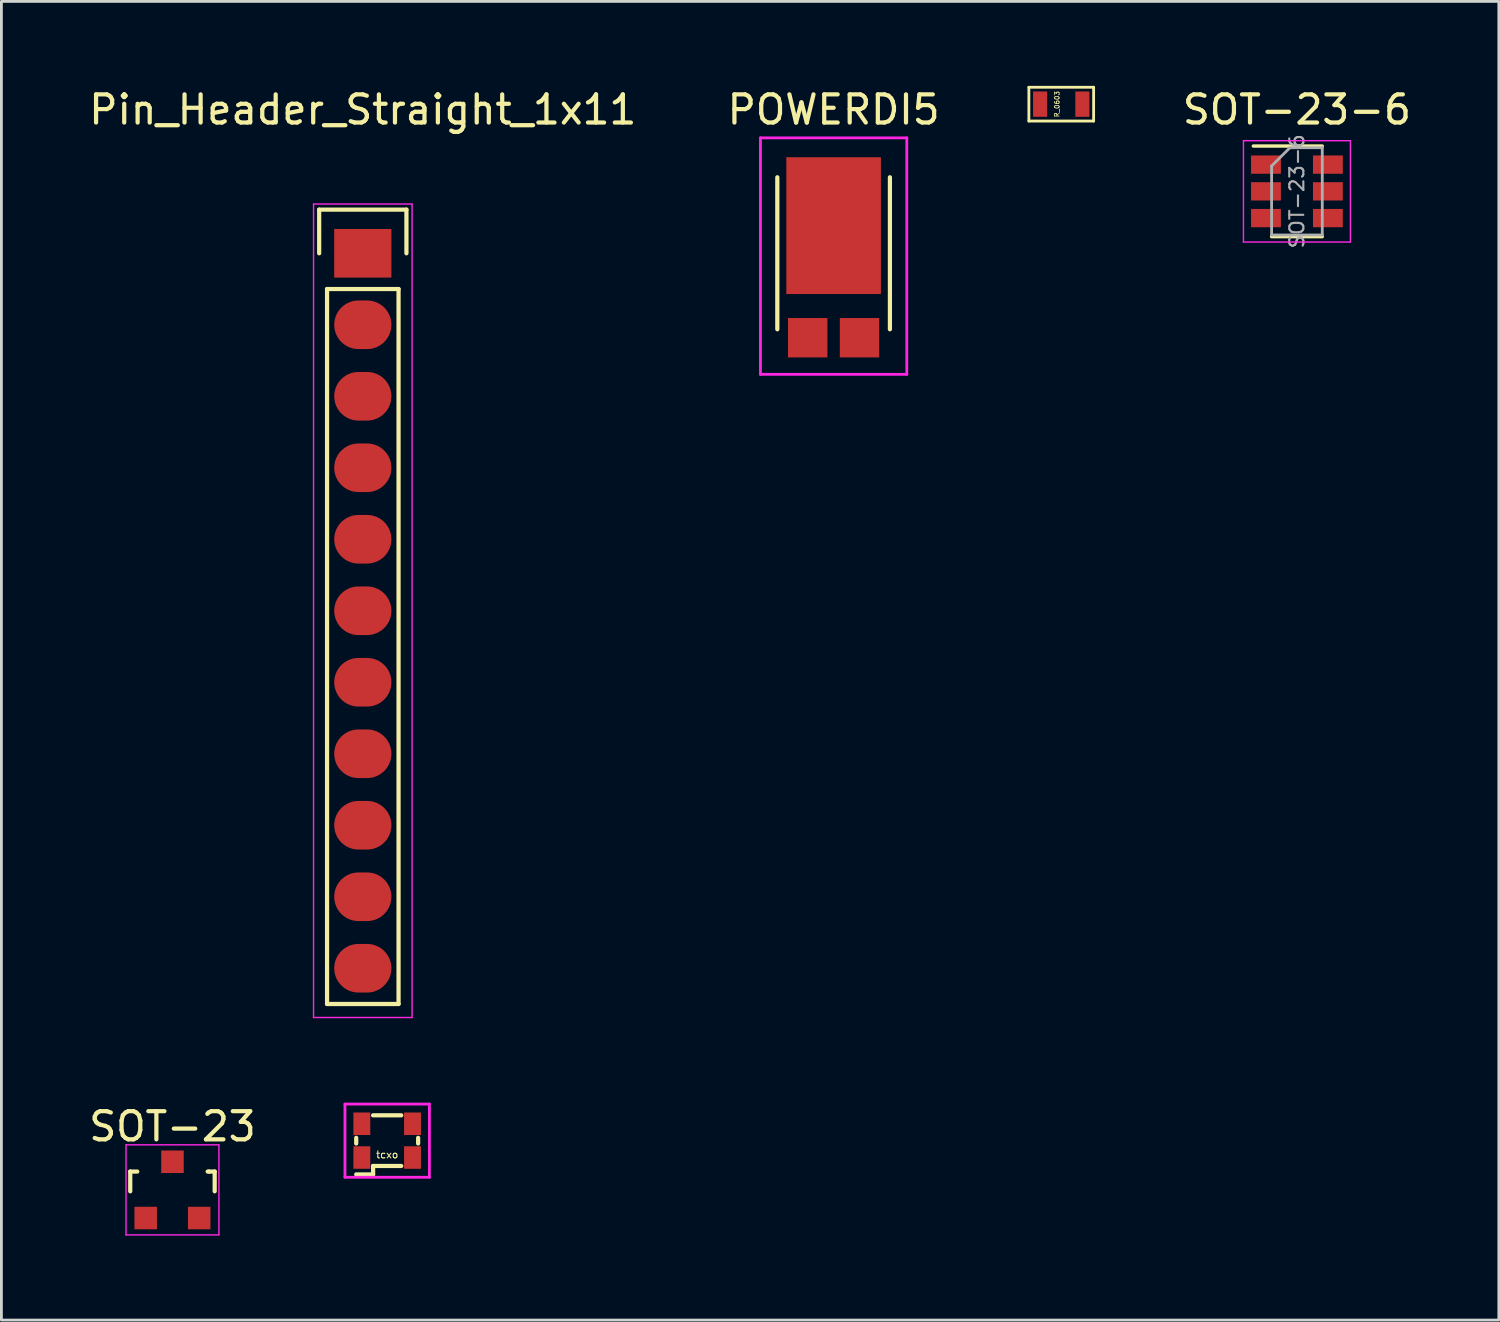
<source format=kicad_pcb>
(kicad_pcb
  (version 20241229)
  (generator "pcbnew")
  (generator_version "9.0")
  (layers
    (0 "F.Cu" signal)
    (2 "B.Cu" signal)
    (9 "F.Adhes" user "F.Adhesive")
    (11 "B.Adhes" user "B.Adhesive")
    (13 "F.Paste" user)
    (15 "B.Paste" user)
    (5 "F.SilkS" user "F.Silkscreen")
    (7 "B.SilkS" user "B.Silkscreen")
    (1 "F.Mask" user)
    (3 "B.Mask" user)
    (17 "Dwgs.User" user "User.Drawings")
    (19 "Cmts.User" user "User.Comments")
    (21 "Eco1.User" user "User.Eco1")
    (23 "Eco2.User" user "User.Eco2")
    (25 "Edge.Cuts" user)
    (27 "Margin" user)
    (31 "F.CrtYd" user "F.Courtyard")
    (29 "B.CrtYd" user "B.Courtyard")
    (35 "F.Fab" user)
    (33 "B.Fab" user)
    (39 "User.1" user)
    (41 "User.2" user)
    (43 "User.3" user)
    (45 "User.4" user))
  (footprint "POWERDI5"
    (layer "F.Cu")
    (at 26.565 8.248)
    (property "Reference" "POWERDI5" (at 0 -7.4 0) (layer "F.SilkS") (effects (font (size 1 1) (thickness 0.15))))
    (attr through_hole)
    (fp_line (start -2 0.4) (end -2 -5) (stroke (width 0.15) (type solid)) (layer "F.SilkS"))
    (fp_line (start 2 -5) (end 2 0.4) (stroke (width 0.15) (type solid)) (layer "F.SilkS"))
    (fp_line (start -2.6 -6.4) (end 2.6 -6.4) (stroke (width 0.1) (type solid)) (layer "F.CrtYd"))
    (fp_line (start -2.6 2) (end -2.6 -6.4) (stroke (width 0.1) (type solid)) (layer "F.CrtYd"))
    (fp_line (start 2.6 -6.4) (end 2.6 2) (stroke (width 0.1) (type solid)) (layer "F.CrtYd"))
    (fp_line (start 2.6 2) (end -2.6 2) (stroke (width 0.1) (type solid)) (layer "F.CrtYd"))
    (pad "1" smd rect (at 0 -3.282) (size 3.36 4.86) (layers "F.Cu" "F.Mask" "F.Paste"))
    (pad "2" smd rect (at -0.92 0.7) (size 1.4 1.4) (layers "F.Cu" "F.Mask" "F.Paste"))
    (pad "2" smd rect (at 0.92 0.7) (size 1.4 1.4) (layers "F.Cu" "F.Mask" "F.Paste")))
  (footprint "SOT-23"
    (layer "F.Cu")
    (at 3.077 39.221)
    (property "Reference" "SOT-23" (at 0 -2.25 0) (layer "F.SilkS") (effects (font (size 1 1) (thickness 0.15))))
    (attr smd)
    (fp_line (start -1.5 -0.65) (end -1.251 -0.65) (stroke (width 0.15) (type solid)) (layer "F.SilkS"))
    (fp_line (start -1.5 0.051) (end -1.5 -0.65) (stroke (width 0.15) (type solid)) (layer "F.SilkS"))
    (fp_line (start 1.299 -0.65) (end 1.251 -0.65) (stroke (width 0.15) (type solid)) (layer "F.SilkS"))
    (fp_line (start 1.299 -0.65) (end 1.5 -0.65) (stroke (width 0.15) (type solid)) (layer "F.SilkS"))
    (fp_line (start 1.5 -0.65) (end 1.5 0.051) (stroke (width 0.15) (type solid)) (layer "F.SilkS"))
    (fp_line (start -1.65 -1.6) (end 1.65 -1.6) (stroke (width 0.05) (type solid)) (layer "F.CrtYd"))
    (fp_line (start -1.65 1.6) (end -1.65 -1.6) (stroke (width 0.05) (type solid)) (layer "F.CrtYd"))
    (fp_line (start 1.65 -1.6) (end 1.65 1.6) (stroke (width 0.05) (type solid)) (layer "F.CrtYd"))
    (fp_line (start 1.65 1.6) (end -1.65 1.6) (stroke (width 0.05) (type solid)) (layer "F.CrtYd"))
    (pad "1" smd rect (at -0.95 1.001) (size 0.8 0.8) (layers "F.Cu" "F.Mask" "F.Paste"))
    (pad "2" smd rect (at 0 -0.998) (size 0.8 0.8) (layers "F.Cu" "F.Mask" "F.Paste"))
    (pad "3" smd rect (at 0.95 1.001) (size 0.8 0.8) (layers "F.Cu" "F.Mask" "F.Paste")))
  (footprint "R_0603"
    (layer "F.Cu")
    (at 34.652 0.65)
    (property "Reference" "R_0603" (at -0.15 0 90) (layer "F.SilkS") (effects (font (size 0.166 0.166) (thickness 0.025))))
    (attr smd)
    (fp_line (start -1.15 -0.6) (end 1.15 -0.6) (stroke (width 0.1) (type solid)) (layer "F.SilkS"))
    (fp_line (start -1.15 0.6) (end -1.15 -0.6) (stroke (width 0.1) (type solid)) (layer "F.SilkS"))
    (fp_line (start 1.15 -0.6) (end 1.15 0.6) (stroke (width 0.1) (type solid)) (layer "F.SilkS"))
    (fp_line (start 1.15 0.6) (end -1.15 0.6) (stroke (width 0.1) (type solid)) (layer "F.SilkS"))
    (pad "1" smd rect (at -0.75 0) (size 0.5 0.9) (layers "F.Cu" "F.Mask" "F.Paste"))
    (pad "2" smd rect (at 0.75 0) (size 0.5 0.9) (layers "F.Cu" "F.Mask" "F.Paste")))
  (footprint "Pin_Header_Straight_1x11"
    (layer "F.Cu")
    (at 9.839 5.948)
    (property "Reference" "Pin_Header_Straight_1x11" (at 0 -5.1 0) (layer "F.SilkS") (effects (font (size 1 1) (thickness 0.15))))
    (attr through_hole)
    (fp_line (start -1.55 -1.55) (end 1.55 -1.55) (stroke (width 0.15) (type solid)) (layer "F.SilkS"))
    (fp_line (start -1.55 0) (end -1.55 -1.55) (stroke (width 0.15) (type solid)) (layer "F.SilkS"))
    (fp_line (start -1.27 26.67) (end -1.27 1.27) (stroke (width 0.15) (type solid)) (layer "F.SilkS"))
    (fp_line (start 1.27 1.27) (end -1.27 1.27) (stroke (width 0.15) (type solid)) (layer "F.SilkS"))
    (fp_line (start 1.27 1.27) (end 1.27 26.67) (stroke (width 0.15) (type solid)) (layer "F.SilkS"))
    (fp_line (start 1.27 26.67) (end -1.27 26.67) (stroke (width 0.15) (type solid)) (layer "F.SilkS"))
    (fp_line (start 1.55 -1.55) (end 1.55 0) (stroke (width 0.15) (type solid)) (layer "F.SilkS"))
    (fp_line (start -1.75 -1.75) (end -1.75 27.15) (stroke (width 0.05) (type solid)) (layer "F.CrtYd"))
    (fp_line (start -1.75 -1.75) (end 1.75 -1.75) (stroke (width 0.05) (type solid)) (layer "F.CrtYd"))
    (fp_line (start -1.75 27.15) (end 1.75 27.15) (stroke (width 0.05) (type solid)) (layer "F.CrtYd"))
    (fp_line (start 1.75 -1.75) (end 1.75 27.15) (stroke (width 0.05) (type solid)) (layer "F.CrtYd"))
    (pad "1" smd rect (at 0 0) (size 2.032 1.727) (layers "F.Cu" "F.Mask" "F.Paste"))
    (pad "2" smd oval (at 0 2.54) (size 2.032 1.727) (layers "F.Cu" "F.Mask" "F.Paste"))
    (pad "3" smd oval (at 0 5.08) (size 2.032 1.727) (layers "F.Cu" "F.Mask" "F.Paste"))
    (pad "4" smd oval (at 0 7.62) (size 2.032 1.727) (layers "F.Cu" "F.Mask" "F.Paste"))
    (pad "5" smd oval (at 0 10.16) (size 2.032 1.727) (layers "F.Cu" "F.Mask" "F.Paste"))
    (pad "6" smd oval (at 0 12.7) (size 2.032 1.727) (layers "F.Cu" "F.Mask" "F.Paste"))
    (pad "7" smd oval (at 0 15.24) (size 2.032 1.727) (layers "F.Cu" "F.Mask" "F.Paste"))
    (pad "8" smd oval (at 0 17.78) (size 2.032 1.727) (layers "F.Cu" "F.Mask" "F.Paste"))
    (pad "9" smd oval (at 0 20.32) (size 2.032 1.727) (layers "F.Cu" "F.Mask" "F.Paste"))
    (pad "10" smd oval (at 0 22.86) (size 2.032 1.727) (layers "F.Cu" "F.Mask" "F.Paste"))
    (pad "11" smd oval (at 0 25.4) (size 2.032 1.727) (layers "F.Cu" "F.Mask" "F.Paste")))
  (footprint "tcxo"
    (layer "F.Cu")
    (at 10.705 37.473)
    (property "Reference" "tcxo" (at 0 0.5 0) (layer "F.SilkS") (effects (font (size 0.25 0.25) (thickness 0.037))))
    (attr through_hole)
    (fp_line (start -1.1 0.1) (end -1.1 -0.1) (stroke (width 0.15) (type solid)) (layer "F.SilkS"))
    (fp_line (start -0.5 -0.9) (end 0.5 -0.9) (stroke (width 0.15) (type solid)) (layer "F.SilkS"))
    (fp_line (start -0.5 0.9) (end -0.5 1.2) (stroke (width 0.15) (type solid)) (layer "F.SilkS"))
    (fp_line (start -0.5 0.9) (end 0.5 0.9) (stroke (width 0.15) (type solid)) (layer "F.SilkS"))
    (fp_line (start -0.5 1.2) (end -1.1 1.2) (stroke (width 0.15) (type solid)) (layer "F.SilkS"))
    (fp_line (start 1.1 -0.1) (end 1.1 0.1) (stroke (width 0.15) (type solid)) (layer "F.SilkS"))
    (fp_line (start -1.5 1.3) (end -1.5 -1.3) (stroke (width 0.1) (type solid)) (layer "F.CrtYd"))
    (fp_line (start -1.5 1.3) (end 1.5 1.3) (stroke (width 0.1) (type solid)) (layer "F.CrtYd"))
    (fp_line (start 1.5 -1.3) (end -1.5 -1.3) (stroke (width 0.1) (type solid)) (layer "F.CrtYd"))
    (fp_line (start 1.5 -1.3) (end 1.5 1.3) (stroke (width 0.1) (type solid)) (layer "F.CrtYd"))
    (pad "1" smd rect (at -0.9 0.6) (size 0.6 0.8) (layers "F.Cu" "F.Mask" "F.Paste"))
    (pad "2" smd rect (at 0.9 0.6) (size 0.6 0.8) (layers "F.Cu" "F.Mask" "F.Paste"))
    (pad "3" smd rect (at 0.9 -0.6) (size 0.6 0.8) (layers "F.Cu" "F.Mask" "F.Paste"))
    (pad "4" smd rect (at -0.9 -0.6) (size 0.6 0.8) (layers "F.Cu" "F.Mask" "F.Paste")))
  (footprint "SOT-23-6"
    (layer "F.Cu")
    (at 43.025 3.748)
    (property "Reference" "SOT-23-6" (at 0 -2.9 0) (layer "F.SilkS") (effects (font (size 1 1) (thickness 0.15))))
    (attr smd)
    (fp_line (start -0.9 1.61) (end 0.9 1.61) (stroke (width 0.12) (type solid)) (layer "F.SilkS"))
    (fp_line (start 0.9 -1.61) (end -1.55 -1.61) (stroke (width 0.12) (type solid)) (layer "F.SilkS"))
    (fp_line (start -1.9 -1.8) (end -1.9 1.8) (stroke (width 0.05) (type solid)) (layer "F.CrtYd"))
    (fp_line (start -1.9 1.8) (end 1.9 1.8) (stroke (width 0.05) (type solid)) (layer "F.CrtYd"))
    (fp_line (start 1.9 -1.8) (end -1.9 -1.8) (stroke (width 0.05) (type solid)) (layer "F.CrtYd"))
    (fp_line (start 1.9 1.8) (end 1.9 -1.8) (stroke (width 0.05) (type solid)) (layer "F.CrtYd"))
    (fp_line (start -0.9 -0.9) (end -0.9 1.55) (stroke (width 0.1) (type solid)) (layer "F.Fab"))
    (fp_line (start -0.9 -0.9) (end -0.25 -1.55) (stroke (width 0.1) (type solid)) (layer "F.Fab"))
    (fp_line (start 0.9 -1.55) (end -0.25 -1.55) (stroke (width 0.1) (type solid)) (layer "F.Fab"))
    (fp_line (start 0.9 -1.55) (end 0.9 1.55) (stroke (width 0.1) (type solid)) (layer "F.Fab"))
    (fp_line (start 0.9 1.55) (end -0.9 1.55) (stroke (width 0.1) (type solid)) (layer "F.Fab"))
    (fp_text user "${REFERENCE}" (at 0 0 90) (layer "F.Fab") (effects (font (size 0.5 0.5) (thickness 0.075))))
    (pad "1" smd rect (at -1.1 -0.95) (size 1.06 0.65) (layers "F.Cu" "F.Mask" "F.Paste"))
    (pad "2" smd rect (at -1.1 0) (size 1.06 0.65) (layers "F.Cu" "F.Mask" "F.Paste"))
    (pad "3" smd rect (at -1.1 0.95) (size 1.06 0.65) (layers "F.Cu" "F.Mask" "F.Paste"))
    (pad "4" smd rect (at 1.1 0.95) (size 1.06 0.65) (layers "F.Cu" "F.Mask" "F.Paste"))
    (pad "5" smd rect (at 1.1 0) (size 1.06 0.65) (layers "F.Cu" "F.Mask" "F.Paste"))
    (pad "6" smd rect (at 1.1 -0.95) (size 1.06 0.65) (layers "F.Cu" "F.Mask" "F.Paste")))
  (gr_rect
    (start -3 -3)
    (end 50.198 43.846)
    (stroke (width 0.1) (type default))
    (fill no)
    (layer "Edge.Cuts")))
</source>
